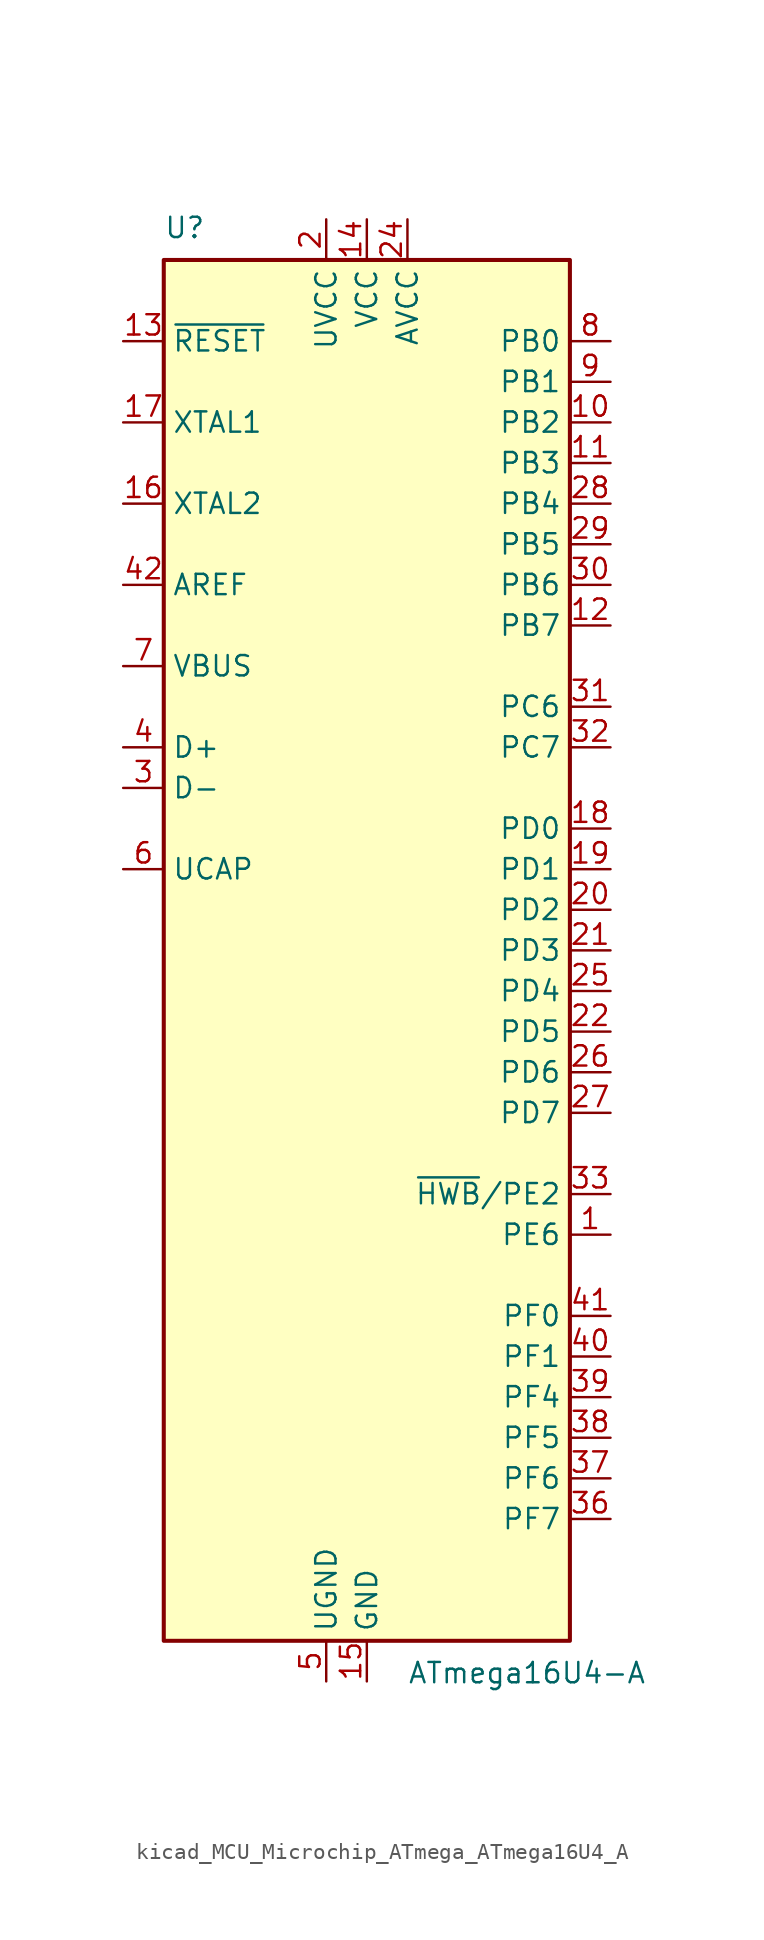
<source format=kicad_sym>
(kicad_symbol_lib
  (version 20220914)
  (generator kicad_symbol_editor)
  (symbol "kicad_MCU_Microchip_ATmega_ATmega16U4_A"
    (property "Reference" "U"
      (at -12.7 44.45 0)
      (effects (font (size 1.27 1.27)) (justify left bottom)))
    (property "Value" "ATmega16U4-A"
      (at 2.54 -44.45 0)
      (effects (font (size 1.27 1.27)) (justify left top)))
    (symbol "kicad_MCU_Microchip_ATmega_ATmega16U4_A_0_1"
      (rectangle (start -12.7 -43.18) (end 12.7 43.18) (stroke (width 0.254) (type default)) (fill (type background))))
    (symbol "kicad_MCU_Microchip_ATmega_ATmega16U4_A_1_1"
      (pin bidirectional line (at 15.24 -17.78 180) (length 2.54) (name "PE6" (effects (font (size 1.27 1.27)))) (number "1" (effects (font (size 1.27 1.27)))))
      (pin bidirectional line (at 15.24 33.02 180) (length 2.54) (name "PB2" (effects (font (size 1.27 1.27)))) (number "10" (effects (font (size 1.27 1.27)))))
      (pin bidirectional line (at 15.24 30.48 180) (length 2.54) (name "PB3" (effects (font (size 1.27 1.27)))) (number "11" (effects (font (size 1.27 1.27)))))
      (pin bidirectional line (at 15.24 20.32 180) (length 2.54) (name "PB7" (effects (font (size 1.27 1.27)))) (number "12" (effects (font (size 1.27 1.27)))))
      (pin input line (at -15.24 38.1 0) (length 2.54) (name "~{RESET}" (effects (font (size 1.27 1.27)))) (number "13" (effects (font (size 1.27 1.27)))))
      (pin power_in line (at 0 45.72 270) (length 2.54) (name "VCC" (effects (font (size 1.27 1.27)))) (number "14" (effects (font (size 1.27 1.27)))))
      (pin power_in line (at 0 -45.72 90) (length 2.54) (name "GND" (effects (font (size 1.27 1.27)))) (number "15" (effects (font (size 1.27 1.27)))))
      (pin output line (at -15.24 27.94 0) (length 2.54) (name "XTAL2" (effects (font (size 1.27 1.27)))) (number "16" (effects (font (size 1.27 1.27)))))
      (pin input line (at -15.24 33.02 0) (length 2.54) (name "XTAL1" (effects (font (size 1.27 1.27)))) (number "17" (effects (font (size 1.27 1.27)))))
      (pin bidirectional line (at 15.24 7.62 180) (length 2.54) (name "PD0" (effects (font (size 1.27 1.27)))) (number "18" (effects (font (size 1.27 1.27)))))
      (pin bidirectional line (at 15.24 5.08 180) (length 2.54) (name "PD1" (effects (font (size 1.27 1.27)))) (number "19" (effects (font (size 1.27 1.27)))))
      (pin power_in line (at -2.54 45.72 270) (length 2.54) (name "UVCC" (effects (font (size 1.27 1.27)))) (number "2" (effects (font (size 1.27 1.27)))))
      (pin bidirectional line (at 15.24 2.54 180) (length 2.54) (name "PD2" (effects (font (size 1.27 1.27)))) (number "20" (effects (font (size 1.27 1.27)))))
      (pin bidirectional line (at 15.24 0 180) (length 2.54) (name "PD3" (effects (font (size 1.27 1.27)))) (number "21" (effects (font (size 1.27 1.27)))))
      (pin bidirectional line (at 15.24 -5.08 180) (length 2.54) (name "PD5" (effects (font (size 1.27 1.27)))) (number "22" (effects (font (size 1.27 1.27)))))
      (pin passive line (at 0 -45.72 90) (length 2.54) hide (name "GND" (effects (font (size 1.27 1.27)))) (number "23" (effects (font (size 1.27 1.27)))))
      (pin power_in line (at 2.54 45.72 270) (length 2.54) (name "AVCC" (effects (font (size 1.27 1.27)))) (number "24" (effects (font (size 1.27 1.27)))))
      (pin bidirectional line (at 15.24 -2.54 180) (length 2.54) (name "PD4" (effects (font (size 1.27 1.27)))) (number "25" (effects (font (size 1.27 1.27)))))
      (pin bidirectional line (at 15.24 -7.62 180) (length 2.54) (name "PD6" (effects (font (size 1.27 1.27)))) (number "26" (effects (font (size 1.27 1.27)))))
      (pin bidirectional line (at 15.24 -10.16 180) (length 2.54) (name "PD7" (effects (font (size 1.27 1.27)))) (number "27" (effects (font (size 1.27 1.27)))))
      (pin bidirectional line (at 15.24 27.94 180) (length 2.54) (name "PB4" (effects (font (size 1.27 1.27)))) (number "28" (effects (font (size 1.27 1.27)))))
      (pin bidirectional line (at 15.24 25.4 180) (length 2.54) (name "PB5" (effects (font (size 1.27 1.27)))) (number "29" (effects (font (size 1.27 1.27)))))
      (pin bidirectional line (at -15.24 10.16 0) (length 2.54) (name "D-" (effects (font (size 1.27 1.27)))) (number "3" (effects (font (size 1.27 1.27)))))
      (pin bidirectional line (at 15.24 22.86 180) (length 2.54) (name "PB6" (effects (font (size 1.27 1.27)))) (number "30" (effects (font (size 1.27 1.27)))))
      (pin bidirectional line (at 15.24 15.24 180) (length 2.54) (name "PC6" (effects (font (size 1.27 1.27)))) (number "31" (effects (font (size 1.27 1.27)))))
      (pin bidirectional line (at 15.24 12.7 180) (length 2.54) (name "PC7" (effects (font (size 1.27 1.27)))) (number "32" (effects (font (size 1.27 1.27)))))
      (pin bidirectional line (at 15.24 -15.24 180) (length 2.54) (name "~{HWB}/PE2" (effects (font (size 1.27 1.27)))) (number "33" (effects (font (size 1.27 1.27)))))
      (pin passive line (at 0 45.72 270) (length 2.54) hide (name "VCC" (effects (font (size 1.27 1.27)))) (number "34" (effects (font (size 1.27 1.27)))))
      (pin passive line (at 0 -45.72 90) (length 2.54) hide (name "GND" (effects (font (size 1.27 1.27)))) (number "35" (effects (font (size 1.27 1.27)))))
      (pin bidirectional line (at 15.24 -35.56 180) (length 2.54) (name "PF7" (effects (font (size 1.27 1.27)))) (number "36" (effects (font (size 1.27 1.27)))))
      (pin bidirectional line (at 15.24 -33.02 180) (length 2.54) (name "PF6" (effects (font (size 1.27 1.27)))) (number "37" (effects (font (size 1.27 1.27)))))
      (pin bidirectional line (at 15.24 -30.48 180) (length 2.54) (name "PF5" (effects (font (size 1.27 1.27)))) (number "38" (effects (font (size 1.27 1.27)))))
      (pin bidirectional line (at 15.24 -27.94 180) (length 2.54) (name "PF4" (effects (font (size 1.27 1.27)))) (number "39" (effects (font (size 1.27 1.27)))))
      (pin bidirectional line (at -15.24 12.7 0) (length 2.54) (name "D+" (effects (font (size 1.27 1.27)))) (number "4" (effects (font (size 1.27 1.27)))))
      (pin bidirectional line (at 15.24 -25.4 180) (length 2.54) (name "PF1" (effects (font (size 1.27 1.27)))) (number "40" (effects (font (size 1.27 1.27)))))
      (pin bidirectional line (at 15.24 -22.86 180) (length 2.54) (name "PF0" (effects (font (size 1.27 1.27)))) (number "41" (effects (font (size 1.27 1.27)))))
      (pin passive line (at -15.24 22.86 0) (length 2.54) (name "AREF" (effects (font (size 1.27 1.27)))) (number "42" (effects (font (size 1.27 1.27)))))
      (pin passive line (at 0 -45.72 90) (length 2.54) hide (name "GND" (effects (font (size 1.27 1.27)))) (number "43" (effects (font (size 1.27 1.27)))))
      (pin passive line (at 2.54 45.72 270) (length 2.54) hide (name "AVCC" (effects (font (size 1.27 1.27)))) (number "44" (effects (font (size 1.27 1.27)))))
      (pin passive line (at -2.54 -45.72 90) (length 2.54) (name "UGND" (effects (font (size 1.27 1.27)))) (number "5" (effects (font (size 1.27 1.27)))))
      (pin passive line (at -15.24 5.08 0) (length 2.54) (name "UCAP" (effects (font (size 1.27 1.27)))) (number "6" (effects (font (size 1.27 1.27)))))
      (pin input line (at -15.24 17.78 0) (length 2.54) (name "VBUS" (effects (font (size 1.27 1.27)))) (number "7" (effects (font (size 1.27 1.27)))))
      (pin bidirectional line (at 15.24 38.1 180) (length 2.54) (name "PB0" (effects (font (size 1.27 1.27)))) (number "8" (effects (font (size 1.27 1.27)))))
      (pin bidirectional line (at 15.24 35.56 180) (length 2.54) (name "PB1" (effects (font (size 1.27 1.27)))) (number "9" (effects (font (size 1.27 1.27))))))))
</source>
